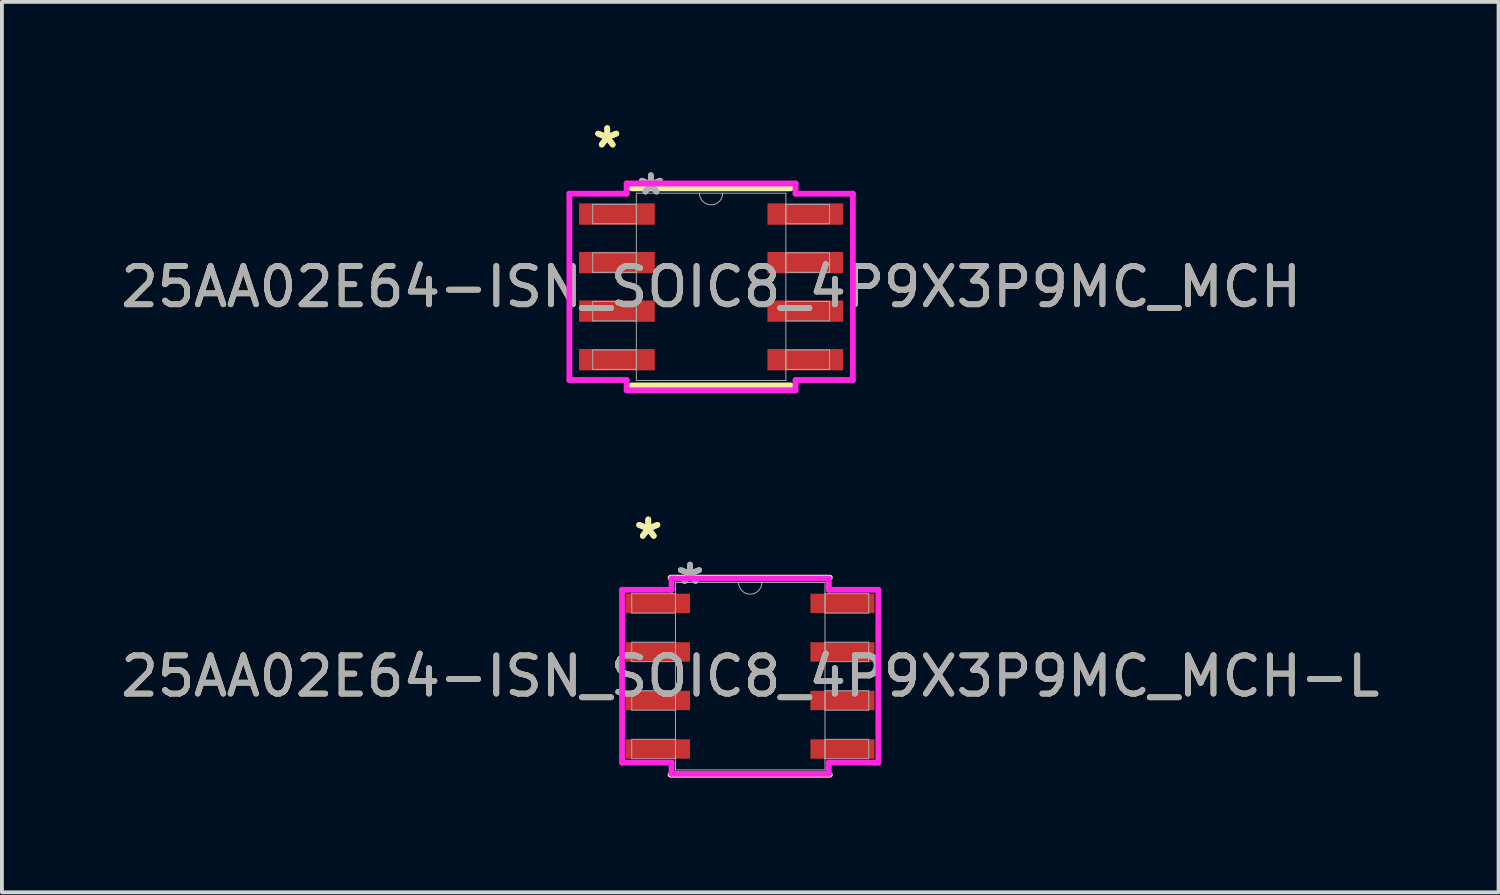
<source format=kicad_pcb>
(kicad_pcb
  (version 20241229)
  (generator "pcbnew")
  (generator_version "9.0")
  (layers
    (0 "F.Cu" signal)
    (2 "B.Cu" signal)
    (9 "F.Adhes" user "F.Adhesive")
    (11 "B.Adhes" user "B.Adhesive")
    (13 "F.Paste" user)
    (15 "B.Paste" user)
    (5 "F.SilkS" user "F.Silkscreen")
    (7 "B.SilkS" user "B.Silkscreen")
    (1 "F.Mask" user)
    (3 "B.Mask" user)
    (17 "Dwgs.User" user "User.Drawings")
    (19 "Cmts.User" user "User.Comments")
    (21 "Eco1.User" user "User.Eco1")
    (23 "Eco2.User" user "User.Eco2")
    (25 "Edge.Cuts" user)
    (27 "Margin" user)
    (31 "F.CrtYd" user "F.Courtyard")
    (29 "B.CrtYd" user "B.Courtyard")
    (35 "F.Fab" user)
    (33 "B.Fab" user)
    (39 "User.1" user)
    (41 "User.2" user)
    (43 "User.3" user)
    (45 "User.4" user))
  (footprint "25AA02E64-ISN_SOIC8_4P9X3P9MC_MCH-L"
    (layer "F.Cu")
    (at 16.577 14.641)
    (property "Reference" "25AA02E64-ISN_SOIC8_4P9X3P9MC_MCH-L" (at 0 0 0) (unlocked yes) (layer "F.SilkS") (effects (font (size 1 1) (thickness 0.15))))
    (attr smd)
    (fp_line (start -2.083 2.578) (end 2.083 2.578) (stroke (width 0.152) (type solid)) (layer "F.SilkS"))
    (fp_line (start 2.083 -2.578) (end -2.083 -2.578) (stroke (width 0.152) (type solid)) (layer "F.SilkS"))
    (fp_line (start -3.353 -2.261) (end -2.057 -2.261) (stroke (width 0.152) (type solid)) (layer "F.CrtYd"))
    (fp_line (start -3.353 2.261) (end -3.353 -2.261) (stroke (width 0.152) (type solid)) (layer "F.CrtYd"))
    (fp_line (start -3.353 2.261) (end -2.057 2.261) (stroke (width 0.152) (type solid)) (layer "F.CrtYd"))
    (fp_line (start -2.057 -2.553) (end 2.057 -2.553) (stroke (width 0.152) (type solid)) (layer "F.CrtYd"))
    (fp_line (start -2.057 -2.261) (end -2.057 -2.553) (stroke (width 0.152) (type solid)) (layer "F.CrtYd"))
    (fp_line (start -2.057 2.553) (end -2.057 2.261) (stroke (width 0.152) (type solid)) (layer "F.CrtYd"))
    (fp_line (start 2.057 -2.553) (end 2.057 -2.261) (stroke (width 0.152) (type solid)) (layer "F.CrtYd"))
    (fp_line (start 2.057 2.261) (end 2.057 2.553) (stroke (width 0.152) (type solid)) (layer "F.CrtYd"))
    (fp_line (start 2.057 2.553) (end -2.057 2.553) (stroke (width 0.152) (type solid)) (layer "F.CrtYd"))
    (fp_line (start 3.353 -2.261) (end 2.057 -2.261) (stroke (width 0.152) (type solid)) (layer "F.CrtYd"))
    (fp_line (start 3.353 -2.261) (end 3.353 2.261) (stroke (width 0.152) (type solid)) (layer "F.CrtYd"))
    (fp_line (start 3.353 2.261) (end 2.057 2.261) (stroke (width 0.152) (type solid)) (layer "F.CrtYd"))
    (fp_line (start -3.099 -2.159) (end -3.099 -1.651) (stroke (width 0.025) (type solid)) (layer "F.Fab"))
    (fp_line (start -3.099 -1.651) (end -1.956 -1.651) (stroke (width 0.025) (type solid)) (layer "F.Fab"))
    (fp_line (start -3.099 -0.889) (end -3.099 -0.381) (stroke (width 0.025) (type solid)) (layer "F.Fab"))
    (fp_line (start -3.099 -0.381) (end -1.956 -0.381) (stroke (width 0.025) (type solid)) (layer "F.Fab"))
    (fp_line (start -3.099 0.381) (end -3.099 0.889) (stroke (width 0.025) (type solid)) (layer "F.Fab"))
    (fp_line (start -3.099 0.889) (end -1.956 0.889) (stroke (width 0.025) (type solid)) (layer "F.Fab"))
    (fp_line (start -3.099 1.651) (end -3.099 2.159) (stroke (width 0.025) (type solid)) (layer "F.Fab"))
    (fp_line (start -3.099 2.159) (end -1.956 2.159) (stroke (width 0.025) (type solid)) (layer "F.Fab"))
    (fp_line (start -1.956 -2.451) (end -1.956 2.451) (stroke (width 0.025) (type solid)) (layer "F.Fab"))
    (fp_line (start -1.956 -2.159) (end -3.099 -2.159) (stroke (width 0.025) (type solid)) (layer "F.Fab"))
    (fp_line (start -1.956 -1.651) (end -1.956 -2.159) (stroke (width 0.025) (type solid)) (layer "F.Fab"))
    (fp_line (start -1.956 -0.889) (end -3.099 -0.889) (stroke (width 0.025) (type solid)) (layer "F.Fab"))
    (fp_line (start -1.956 -0.381) (end -1.956 -0.889) (stroke (width 0.025) (type solid)) (layer "F.Fab"))
    (fp_line (start -1.956 0.381) (end -3.099 0.381) (stroke (width 0.025) (type solid)) (layer "F.Fab"))
    (fp_line (start -1.956 0.889) (end -1.956 0.381) (stroke (width 0.025) (type solid)) (layer "F.Fab"))
    (fp_line (start -1.956 1.651) (end -3.099 1.651) (stroke (width 0.025) (type solid)) (layer "F.Fab"))
    (fp_line (start -1.956 2.159) (end -1.956 1.651) (stroke (width 0.025) (type solid)) (layer "F.Fab"))
    (fp_line (start -1.956 2.451) (end 1.956 2.451) (stroke (width 0.025) (type solid)) (layer "F.Fab"))
    (fp_line (start 1.956 -2.451) (end -1.956 -2.451) (stroke (width 0.025) (type solid)) (layer "F.Fab"))
    (fp_line (start 1.956 -2.159) (end 1.956 -1.651) (stroke (width 0.025) (type solid)) (layer "F.Fab"))
    (fp_line (start 1.956 -1.651) (end 3.099 -1.651) (stroke (width 0.025) (type solid)) (layer "F.Fab"))
    (fp_line (start 1.956 -0.889) (end 1.956 -0.381) (stroke (width 0.025) (type solid)) (layer "F.Fab"))
    (fp_line (start 1.956 -0.381) (end 3.099 -0.381) (stroke (width 0.025) (type solid)) (layer "F.Fab"))
    (fp_line (start 1.956 0.381) (end 1.956 0.889) (stroke (width 0.025) (type solid)) (layer "F.Fab"))
    (fp_line (start 1.956 0.889) (end 3.099 0.889) (stroke (width 0.025) (type solid)) (layer "F.Fab"))
    (fp_line (start 1.956 1.651) (end 1.956 2.159) (stroke (width 0.025) (type solid)) (layer "F.Fab"))
    (fp_line (start 1.956 2.159) (end 3.099 2.159) (stroke (width 0.025) (type solid)) (layer "F.Fab"))
    (fp_line (start 1.956 2.451) (end 1.956 -2.451) (stroke (width 0.025) (type solid)) (layer "F.Fab"))
    (fp_line (start 3.099 -2.159) (end 1.956 -2.159) (stroke (width 0.025) (type solid)) (layer "F.Fab"))
    (fp_line (start 3.099 -1.651) (end 3.099 -2.159) (stroke (width 0.025) (type solid)) (layer "F.Fab"))
    (fp_line (start 3.099 -0.889) (end 1.956 -0.889) (stroke (width 0.025) (type solid)) (layer "F.Fab"))
    (fp_line (start 3.099 -0.381) (end 3.099 -0.889) (stroke (width 0.025) (type solid)) (layer "F.Fab"))
    (fp_line (start 3.099 0.381) (end 1.956 0.381) (stroke (width 0.025) (type solid)) (layer "F.Fab"))
    (fp_line (start 3.099 0.889) (end 3.099 0.381) (stroke (width 0.025) (type solid)) (layer "F.Fab"))
    (fp_line (start 3.099 1.651) (end 1.956 1.651) (stroke (width 0.025) (type solid)) (layer "F.Fab"))
    (fp_line (start 3.099 2.159) (end 3.099 1.651) (stroke (width 0.025) (type solid)) (layer "F.Fab"))
    (fp_arc (start 0.3048 -2.4511) (mid 0 -2.1463) (end -0.3048 -2.4511) (stroke (width 0.0254) (type solid)) (layer "F.Fab"))
    (fp_text user "*" (at -2.667 -3.556 0) (unlocked yes) (layer "F.SilkS") (effects (font (size 1 1) (thickness 0.15))))
    (fp_text user "*" (at -2.667 -3.556 0) (layer "F.SilkS") (effects (font (size 1 1) (thickness 0.15))))
    (fp_text user "*" (at -1.575 -2.375 0) (unlocked yes) (layer "F.Fab") (effects (font (size 1 1) (thickness 0.15))))
    (fp_text user "${REFERENCE}" (at 0 0 0) (unlocked yes) (layer "F.Fab") (effects (font (size 1 1) (thickness 0.15))))
    (fp_text user "*" (at -1.575 -2.375 0) (layer "F.Fab") (effects (font (size 1 1) (thickness 0.15))))
    (pad "1" smd rect (at -2.413 -1.905) (size 1.676 0.508) (layers "F.Cu" "F.Mask" "F.Paste"))
    (pad "2" smd rect (at -2.413 -0.635) (size 1.676 0.508) (layers "F.Cu" "F.Mask" "F.Paste"))
    (pad "3" smd rect (at -2.413 0.635) (size 1.676 0.508) (layers "F.Cu" "F.Mask" "F.Paste"))
    (pad "4" smd rect (at -2.413 1.905) (size 1.676 0.508) (layers "F.Cu" "F.Mask" "F.Paste"))
    (pad "5" smd rect (at 2.413 1.905) (size 1.676 0.508) (layers "F.Cu" "F.Mask" "F.Paste"))
    (pad "6" smd rect (at 2.413 0.635) (size 1.676 0.508) (layers "F.Cu" "F.Mask" "F.Paste"))
    (pad "7" smd rect (at 2.413 -0.635) (size 1.676 0.508) (layers "F.Cu" "F.Mask" "F.Paste"))
    (pad "8" smd rect (at 2.413 -1.905) (size 1.676 0.508) (layers "F.Cu" "F.Mask" "F.Paste")))
  (footprint "25AA02E64-ISN_SOIC8_4P9X3P9MC_MCH"
    (layer "F.Cu")
    (at 15.554 4.455)
    (property "Reference" "25AA02E64-ISN_SOIC8_4P9X3P9MC_MCH" (at 0 0 0) (unlocked yes) (layer "F.SilkS") (effects (font (size 1 1) (thickness 0.15))))
    (attr smd)
    (fp_line (start -2.083 2.578) (end 2.083 2.578) (stroke (width 0.152) (type solid)) (layer "F.SilkS"))
    (fp_line (start 2.083 -2.578) (end -2.083 -2.578) (stroke (width 0.152) (type solid)) (layer "F.SilkS"))
    (fp_line (start -3.708 -2.438) (end -2.21 -2.438) (stroke (width 0.152) (type solid)) (layer "F.CrtYd"))
    (fp_line (start -3.708 2.438) (end -3.708 -2.438) (stroke (width 0.152) (type solid)) (layer "F.CrtYd"))
    (fp_line (start -3.708 2.438) (end -2.21 2.438) (stroke (width 0.152) (type solid)) (layer "F.CrtYd"))
    (fp_line (start -2.21 -2.705) (end 2.21 -2.705) (stroke (width 0.152) (type solid)) (layer "F.CrtYd"))
    (fp_line (start -2.21 -2.438) (end -2.21 -2.705) (stroke (width 0.152) (type solid)) (layer "F.CrtYd"))
    (fp_line (start -2.21 2.705) (end -2.21 2.438) (stroke (width 0.152) (type solid)) (layer "F.CrtYd"))
    (fp_line (start 2.21 -2.705) (end 2.21 -2.438) (stroke (width 0.152) (type solid)) (layer "F.CrtYd"))
    (fp_line (start 2.21 2.438) (end 2.21 2.705) (stroke (width 0.152) (type solid)) (layer "F.CrtYd"))
    (fp_line (start 2.21 2.705) (end -2.21 2.705) (stroke (width 0.152) (type solid)) (layer "F.CrtYd"))
    (fp_line (start 3.708 -2.438) (end 2.21 -2.438) (stroke (width 0.152) (type solid)) (layer "F.CrtYd"))
    (fp_line (start 3.708 -2.438) (end 3.708 2.438) (stroke (width 0.152) (type solid)) (layer "F.CrtYd"))
    (fp_line (start 3.708 2.438) (end 2.21 2.438) (stroke (width 0.152) (type solid)) (layer "F.CrtYd"))
    (fp_line (start -3.099 -2.159) (end -3.099 -1.651) (stroke (width 0.025) (type solid)) (layer "F.Fab"))
    (fp_line (start -3.099 -1.651) (end -1.956 -1.651) (stroke (width 0.025) (type solid)) (layer "F.Fab"))
    (fp_line (start -3.099 -0.889) (end -3.099 -0.381) (stroke (width 0.025) (type solid)) (layer "F.Fab"))
    (fp_line (start -3.099 -0.381) (end -1.956 -0.381) (stroke (width 0.025) (type solid)) (layer "F.Fab"))
    (fp_line (start -3.099 0.381) (end -3.099 0.889) (stroke (width 0.025) (type solid)) (layer "F.Fab"))
    (fp_line (start -3.099 0.889) (end -1.956 0.889) (stroke (width 0.025) (type solid)) (layer "F.Fab"))
    (fp_line (start -3.099 1.651) (end -3.099 2.159) (stroke (width 0.025) (type solid)) (layer "F.Fab"))
    (fp_line (start -3.099 2.159) (end -1.956 2.159) (stroke (width 0.025) (type solid)) (layer "F.Fab"))
    (fp_line (start -1.956 -2.451) (end -1.956 2.451) (stroke (width 0.025) (type solid)) (layer "F.Fab"))
    (fp_line (start -1.956 -2.159) (end -3.099 -2.159) (stroke (width 0.025) (type solid)) (layer "F.Fab"))
    (fp_line (start -1.956 -1.651) (end -1.956 -2.159) (stroke (width 0.025) (type solid)) (layer "F.Fab"))
    (fp_line (start -1.956 -0.889) (end -3.099 -0.889) (stroke (width 0.025) (type solid)) (layer "F.Fab"))
    (fp_line (start -1.956 -0.381) (end -1.956 -0.889) (stroke (width 0.025) (type solid)) (layer "F.Fab"))
    (fp_line (start -1.956 0.381) (end -3.099 0.381) (stroke (width 0.025) (type solid)) (layer "F.Fab"))
    (fp_line (start -1.956 0.889) (end -1.956 0.381) (stroke (width 0.025) (type solid)) (layer "F.Fab"))
    (fp_line (start -1.956 1.651) (end -3.099 1.651) (stroke (width 0.025) (type solid)) (layer "F.Fab"))
    (fp_line (start -1.956 2.159) (end -1.956 1.651) (stroke (width 0.025) (type solid)) (layer "F.Fab"))
    (fp_line (start -1.956 2.451) (end 1.956 2.451) (stroke (width 0.025) (type solid)) (layer "F.Fab"))
    (fp_line (start 1.956 -2.451) (end -1.956 -2.451) (stroke (width 0.025) (type solid)) (layer "F.Fab"))
    (fp_line (start 1.956 -2.159) (end 1.956 -1.651) (stroke (width 0.025) (type solid)) (layer "F.Fab"))
    (fp_line (start 1.956 -1.651) (end 3.099 -1.651) (stroke (width 0.025) (type solid)) (layer "F.Fab"))
    (fp_line (start 1.956 -0.889) (end 1.956 -0.381) (stroke (width 0.025) (type solid)) (layer "F.Fab"))
    (fp_line (start 1.956 -0.381) (end 3.099 -0.381) (stroke (width 0.025) (type solid)) (layer "F.Fab"))
    (fp_line (start 1.956 0.381) (end 1.956 0.889) (stroke (width 0.025) (type solid)) (layer "F.Fab"))
    (fp_line (start 1.956 0.889) (end 3.099 0.889) (stroke (width 0.025) (type solid)) (layer "F.Fab"))
    (fp_line (start 1.956 1.651) (end 1.956 2.159) (stroke (width 0.025) (type solid)) (layer "F.Fab"))
    (fp_line (start 1.956 2.159) (end 3.099 2.159) (stroke (width 0.025) (type solid)) (layer "F.Fab"))
    (fp_line (start 1.956 2.451) (end 1.956 -2.451) (stroke (width 0.025) (type solid)) (layer "F.Fab"))
    (fp_line (start 3.099 -2.159) (end 1.956 -2.159) (stroke (width 0.025) (type solid)) (layer "F.Fab"))
    (fp_line (start 3.099 -1.651) (end 3.099 -2.159) (stroke (width 0.025) (type solid)) (layer "F.Fab"))
    (fp_line (start 3.099 -0.889) (end 1.956 -0.889) (stroke (width 0.025) (type solid)) (layer "F.Fab"))
    (fp_line (start 3.099 -0.381) (end 3.099 -0.889) (stroke (width 0.025) (type solid)) (layer "F.Fab"))
    (fp_line (start 3.099 0.381) (end 1.956 0.381) (stroke (width 0.025) (type solid)) (layer "F.Fab"))
    (fp_line (start 3.099 0.889) (end 3.099 0.381) (stroke (width 0.025) (type solid)) (layer "F.Fab"))
    (fp_line (start 3.099 1.651) (end 1.956 1.651) (stroke (width 0.025) (type solid)) (layer "F.Fab"))
    (fp_line (start 3.099 2.159) (end 3.099 1.651) (stroke (width 0.025) (type solid)) (layer "F.Fab"))
    (fp_arc (start 0.3048 -2.4511) (mid 0 -2.1463) (end -0.3048 -2.4511) (stroke (width 0.0254) (type solid)) (layer "F.Fab"))
    (fp_text user "*" (at -2.718 -3.607 0) (layer "F.SilkS") (effects (font (size 1 1) (thickness 0.15))))
    (fp_text user "*" (at -2.718 -3.607 0) (unlocked yes) (layer "F.SilkS") (effects (font (size 1 1) (thickness 0.15))))
    (fp_text user "${REFERENCE}" (at 0 0 0) (unlocked yes) (layer "F.Fab") (effects (font (size 1 1) (thickness 0.15))))
    (fp_text user "*" (at -1.575 -2.375 0) (layer "F.Fab") (effects (font (size 1 1) (thickness 0.15))))
    (fp_text user "*" (at -1.575 -2.375 0) (unlocked yes) (layer "F.Fab") (effects (font (size 1 1) (thickness 0.15))))
    (pad "1" smd rect (at -2.464 -1.905) (size 1.981 0.559) (layers "F.Cu" "F.Mask" "F.Paste"))
    (pad "2" smd rect (at -2.464 -0.635) (size 1.981 0.559) (layers "F.Cu" "F.Mask" "F.Paste"))
    (pad "3" smd rect (at -2.464 0.635) (size 1.981 0.559) (layers "F.Cu" "F.Mask" "F.Paste"))
    (pad "4" smd rect (at -2.464 1.905) (size 1.981 0.559) (layers "F.Cu" "F.Mask" "F.Paste"))
    (pad "5" smd rect (at 2.464 1.905) (size 1.981 0.559) (layers "F.Cu" "F.Mask" "F.Paste"))
    (pad "6" smd rect (at 2.464 0.635) (size 1.981 0.559) (layers "F.Cu" "F.Mask" "F.Paste"))
    (pad "7" smd rect (at 2.464 -0.635) (size 1.981 0.559) (layers "F.Cu" "F.Mask" "F.Paste"))
    (pad "8" smd rect (at 2.464 -1.905) (size 1.981 0.559) (layers "F.Cu" "F.Mask" "F.Paste")))
  (gr_rect
    (start -3 -3)
    (end 36.155 20.295)
    (stroke (width 0.1) (type default))
    (fill no)
    (layer "Edge.Cuts")))
</source>
